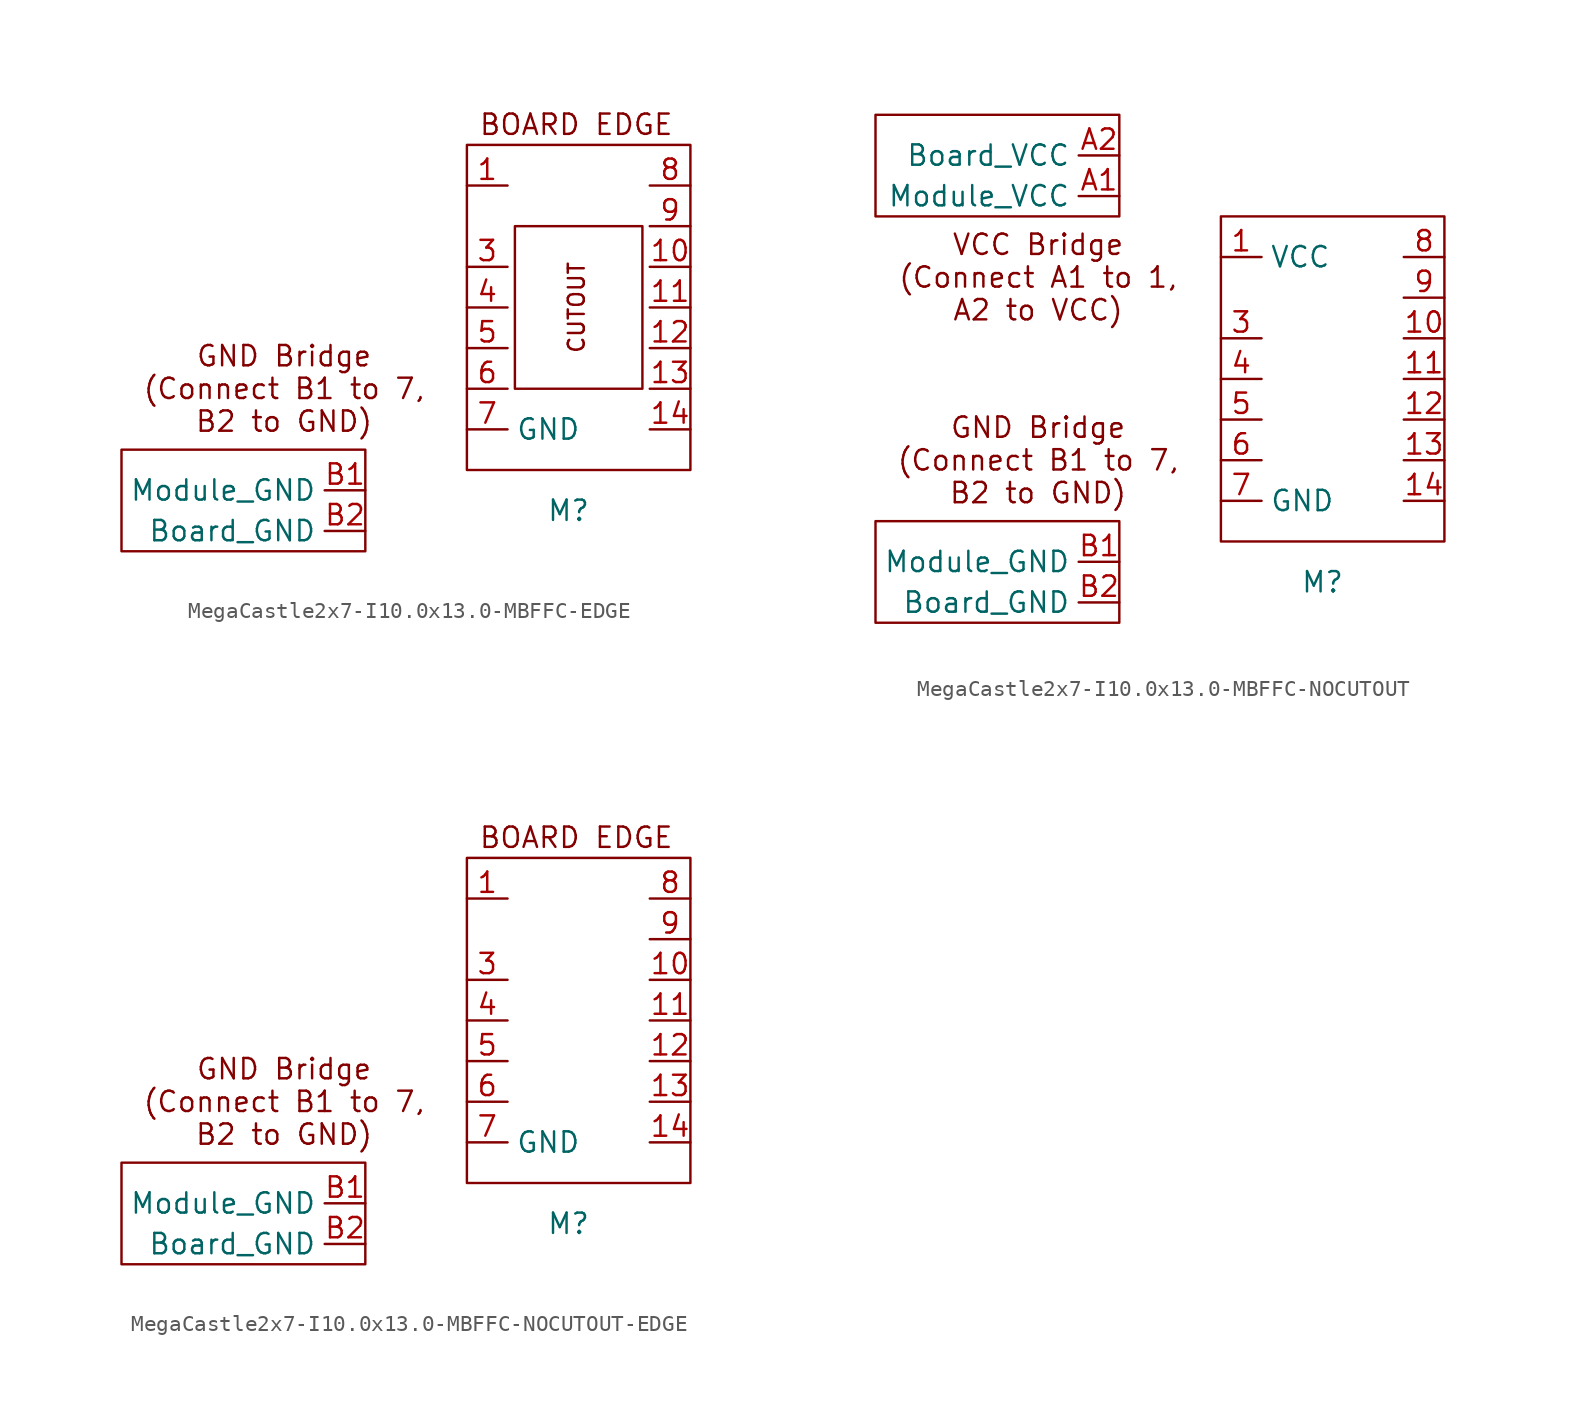
<source format=kicad_sym>
(kicad_symbol_lib
  (version 20231120)
  (generator "kicad_symbol_editor")
  (generator_version "8.0")
  (symbol "MegaCastle2x7-I10.0x13.0-MBFFC-EDGE"
    (property "Reference" "M"
      (at 0 -12.7 0)
      (effects (font (size 1.27 1.27))))
    (property "Value" ""
      (at 0 5.08 0)
      (effects (font (size 1.27 1.27))))
    (symbol "MegaCastle2x7-I10.0x13.0-MBFFC-EDGE_0_1"
      (rectangle (start -27.94 -8.89) (end -12.7 -15.24) (stroke (width 0) (type default)) (fill (type none)))
      (rectangle (start -6.35 10.16) (end 7.62 -10.16) (stroke (width 0) (type default)) (fill (type none)))
      (rectangle (start -3.35 5.08) (end 4.62 -5.08) (stroke (width 0) (type default)) (fill (type none))))
    (symbol "MegaCastle2x7-I10.0x13.0-MBFFC-EDGE_1_1"
      (text " BOARD EDGE" (at 0 11.43 0) (effects (font (size 1.27 1.27))))
      (text "CUTOUT" (at 0.5 0 900) (effects (font (size 1 1))))
      (text "GND Bridge\n(Connect B1 to 7,\nB2 to GND)" (at -17.78 -5.08 0) (effects (font (size 1.27 1.27))))
      (pin bidirectional line (at -6.35 7.62 0) (length 2.54) (name "" (effects (font (size 1.27 1.27)))) (number "1" (effects (font (size 1.27 1.27)))))
      (pin bidirectional line (at 7.62 2.54 180) (length 2.54) (name "" (effects (font (size 1.27 1.27)))) (number "10" (effects (font (size 1.27 1.27)))))
      (pin bidirectional line (at 7.62 0 180) (length 2.54) (name "" (effects (font (size 1.27 1.27)))) (number "11" (effects (font (size 1.27 1.27)))))
      (pin bidirectional line (at 7.62 -2.54 180) (length 2.54) (name "" (effects (font (size 1.27 1.27)))) (number "12" (effects (font (size 1.27 1.27)))))
      (pin bidirectional line (at 7.62 -5.08 180) (length 2.54) (name "" (effects (font (size 1.27 1.27)))) (number "13" (effects (font (size 1.27 1.27)))))
      (pin bidirectional line (at 7.62 -7.62 180) (length 2.54) (name "" (effects (font (size 1.27 1.27)))) (number "14" (effects (font (size 1.27 1.27)))))
      (pin bidirectional line (at -6.35 2.54 0) (length 2.54) (name "" (effects (font (size 1.27 1.27)))) (number "3" (effects (font (size 1.27 1.27)))))
      (pin bidirectional line (at -6.35 0 0) (length 2.54) (name "" (effects (font (size 1.27 1.27)))) (number "4" (effects (font (size 1.27 1.27)))))
      (pin bidirectional line (at -6.35 -2.54 0) (length 2.54) (name "" (effects (font (size 1.27 1.27)))) (number "5" (effects (font (size 1.27 1.27)))))
      (pin bidirectional line (at -6.35 -5.08 0) (length 2.54) (name "" (effects (font (size 1.27 1.27)))) (number "6" (effects (font (size 1.27 1.27)))))
      (pin bidirectional line (at -6.35 -7.62 0) (length 2.54) (name "GND" (effects (font (size 1.27 1.27)))) (number "7" (effects (font (size 1.27 1.27)))))
      (pin bidirectional line (at 7.62 7.62 180) (length 2.54) (name "" (effects (font (size 1.27 1.27)))) (number "8" (effects (font (size 1.27 1.27)))))
      (pin bidirectional line (at 7.62 5.08 180) (length 2.54) (name "" (effects (font (size 1.27 1.27)))) (number "9" (effects (font (size 1.27 1.27)))))
      (pin bidirectional line (at -12.7 -11.43 180) (length 2.54) (name "Module_GND" (effects (font (size 1.27 1.27)))) (number "B1" (effects (font (size 1.27 1.27)))))
      (pin bidirectional line (at -12.7 -13.97 180) (length 2.54) (name "Board_GND" (effects (font (size 1.27 1.27)))) (number "B2" (effects (font (size 1.27 1.27)))))))
  (symbol "MegaCastle2x7-I10.0x13.0-MBFFC-NOCUTOUT"
    (property "Reference" "M"
      (at 0 -12.7 0)
      (effects (font (size 1.27 1.27))))
    (property "Value" ""
      (at 0 5.08 0)
      (effects (font (size 1.27 1.27))))
    (symbol "MegaCastle2x7-I10.0x13.0-MBFFC-NOCUTOUT_0_1"
      (rectangle (start -27.94 -8.89) (end -12.7 -15.24) (stroke (width 0) (type default)) (fill (type none)))
      (rectangle (start -27.94 16.51) (end -12.7 10.16) (stroke (width 0) (type default)) (fill (type none)))
      (rectangle (start -6.35 10.16) (end 7.62 -10.16) (stroke (width 0) (type default)) (fill (type none))))
    (symbol "MegaCastle2x7-I10.0x13.0-MBFFC-NOCUTOUT_1_1"
      (text "GND Bridge\n(Connect B1 to 7,\nB2 to GND)" (at -17.78 -5.08 0) (effects (font (size 1.27 1.27))))
      (text "VCC Bridge\n(Connect A1 to 1,\nA2 to VCC)" (at -17.78 6.35 0) (effects (font (size 1.27 1.27))))
      (pin bidirectional line (at -6.35 7.62 0) (length 2.54) (name "VCC" (effects (font (size 1.27 1.27)))) (number "1" (effects (font (size 1.27 1.27)))))
      (pin bidirectional line (at 7.62 2.54 180) (length 2.54) (name "" (effects (font (size 1.27 1.27)))) (number "10" (effects (font (size 1.27 1.27)))))
      (pin bidirectional line (at 7.62 0 180) (length 2.54) (name "" (effects (font (size 1.27 1.27)))) (number "11" (effects (font (size 1.27 1.27)))))
      (pin bidirectional line (at 7.62 -2.54 180) (length 2.54) (name "" (effects (font (size 1.27 1.27)))) (number "12" (effects (font (size 1.27 1.27)))))
      (pin bidirectional line (at 7.62 -5.08 180) (length 2.54) (name "" (effects (font (size 1.27 1.27)))) (number "13" (effects (font (size 1.27 1.27)))))
      (pin bidirectional line (at 7.62 -7.62 180) (length 2.54) (name "" (effects (font (size 1.27 1.27)))) (number "14" (effects (font (size 1.27 1.27)))))
      (pin bidirectional line (at -6.35 2.54 0) (length 2.54) (name "" (effects (font (size 1.27 1.27)))) (number "3" (effects (font (size 1.27 1.27)))))
      (pin bidirectional line (at -6.35 0 0) (length 2.54) (name "" (effects (font (size 1.27 1.27)))) (number "4" (effects (font (size 1.27 1.27)))))
      (pin bidirectional line (at -6.35 -2.54 0) (length 2.54) (name "" (effects (font (size 1.27 1.27)))) (number "5" (effects (font (size 1.27 1.27)))))
      (pin bidirectional line (at -6.35 -5.08 0) (length 2.54) (name "" (effects (font (size 1.27 1.27)))) (number "6" (effects (font (size 1.27 1.27)))))
      (pin bidirectional line (at -6.35 -7.62 0) (length 2.54) (name "GND" (effects (font (size 1.27 1.27)))) (number "7" (effects (font (size 1.27 1.27)))))
      (pin bidirectional line (at 7.62 7.62 180) (length 2.54) (name "" (effects (font (size 1.27 1.27)))) (number "8" (effects (font (size 1.27 1.27)))))
      (pin bidirectional line (at 7.62 5.08 180) (length 2.54) (name "" (effects (font (size 1.27 1.27)))) (number "9" (effects (font (size 1.27 1.27)))))
      (pin bidirectional line (at -12.7 11.43 180) (length 2.54) (name "Module_VCC" (effects (font (size 1.27 1.27)))) (number "A1" (effects (font (size 1.27 1.27)))))
      (pin bidirectional line (at -12.7 13.97 180) (length 2.54) (name "Board_VCC" (effects (font (size 1.27 1.27)))) (number "A2" (effects (font (size 1.27 1.27)))))
      (pin bidirectional line (at -12.7 -11.43 180) (length 2.54) (name "Module_GND" (effects (font (size 1.27 1.27)))) (number "B1" (effects (font (size 1.27 1.27)))))
      (pin bidirectional line (at -12.7 -13.97 180) (length 2.54) (name "Board_GND" (effects (font (size 1.27 1.27)))) (number "B2" (effects (font (size 1.27 1.27)))))))
  (symbol "MegaCastle2x7-I10.0x13.0-MBFFC-NOCUTOUT-EDGE"
    (property "Reference" "M"
      (at 0 -12.7 0)
      (effects (font (size 1.27 1.27))))
    (property "Value" ""
      (at 0 5.08 0)
      (effects (font (size 1.27 1.27))))
    (symbol "MegaCastle2x7-I10.0x13.0-MBFFC-NOCUTOUT-EDGE_0_1"
      (rectangle (start -27.94 -8.89) (end -12.7 -15.24) (stroke (width 0) (type default)) (fill (type none)))
      (rectangle (start -6.35 10.16) (end 7.62 -10.16) (stroke (width 0) (type default)) (fill (type none))))
    (symbol "MegaCastle2x7-I10.0x13.0-MBFFC-NOCUTOUT-EDGE_1_1"
      (text " BOARD EDGE" (at 0 11.43 0) (effects (font (size 1.27 1.27))))
      (text "GND Bridge\n(Connect B1 to 7,\nB2 to GND)" (at -17.78 -5.08 0) (effects (font (size 1.27 1.27))))
      (pin bidirectional line (at -6.35 7.62 0) (length 2.54) (name "" (effects (font (size 1.27 1.27)))) (number "1" (effects (font (size 1.27 1.27)))))
      (pin bidirectional line (at 7.62 2.54 180) (length 2.54) (name "" (effects (font (size 1.27 1.27)))) (number "10" (effects (font (size 1.27 1.27)))))
      (pin bidirectional line (at 7.62 0 180) (length 2.54) (name "" (effects (font (size 1.27 1.27)))) (number "11" (effects (font (size 1.27 1.27)))))
      (pin bidirectional line (at 7.62 -2.54 180) (length 2.54) (name "" (effects (font (size 1.27 1.27)))) (number "12" (effects (font (size 1.27 1.27)))))
      (pin bidirectional line (at 7.62 -5.08 180) (length 2.54) (name "" (effects (font (size 1.27 1.27)))) (number "13" (effects (font (size 1.27 1.27)))))
      (pin bidirectional line (at 7.62 -7.62 180) (length 2.54) (name "" (effects (font (size 1.27 1.27)))) (number "14" (effects (font (size 1.27 1.27)))))
      (pin bidirectional line (at -6.35 2.54 0) (length 2.54) (name "" (effects (font (size 1.27 1.27)))) (number "3" (effects (font (size 1.27 1.27)))))
      (pin bidirectional line (at -6.35 0 0) (length 2.54) (name "" (effects (font (size 1.27 1.27)))) (number "4" (effects (font (size 1.27 1.27)))))
      (pin bidirectional line (at -6.35 -2.54 0) (length 2.54) (name "" (effects (font (size 1.27 1.27)))) (number "5" (effects (font (size 1.27 1.27)))))
      (pin bidirectional line (at -6.35 -5.08 0) (length 2.54) (name "" (effects (font (size 1.27 1.27)))) (number "6" (effects (font (size 1.27 1.27)))))
      (pin bidirectional line (at -6.35 -7.62 0) (length 2.54) (name "GND" (effects (font (size 1.27 1.27)))) (number "7" (effects (font (size 1.27 1.27)))))
      (pin bidirectional line (at 7.62 7.62 180) (length 2.54) (name "" (effects (font (size 1.27 1.27)))) (number "8" (effects (font (size 1.27 1.27)))))
      (pin bidirectional line (at 7.62 5.08 180) (length 2.54) (name "" (effects (font (size 1.27 1.27)))) (number "9" (effects (font (size 1.27 1.27)))))
      (pin bidirectional line (at -12.7 -11.43 180) (length 2.54) (name "Module_GND" (effects (font (size 1.27 1.27)))) (number "B1" (effects (font (size 1.27 1.27)))))
      (pin bidirectional line (at -12.7 -13.97 180) (length 2.54) (name "Board_GND" (effects (font (size 1.27 1.27)))) (number "B2" (effects (font (size 1.27 1.27))))))))
</source>
